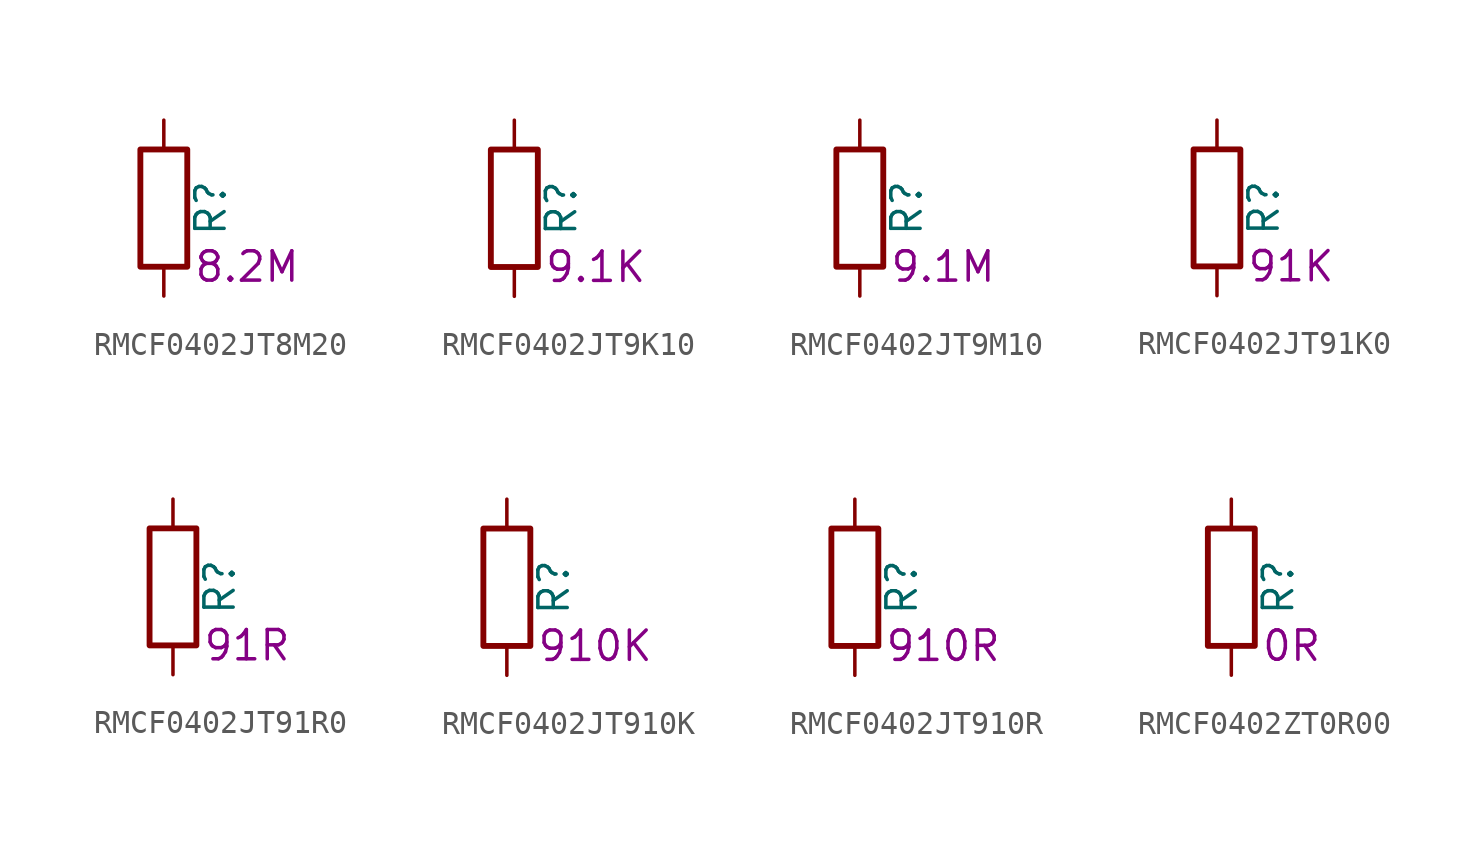
<source format=kicad_sym>
(kicad_symbol_lib
  (version 20220914)
  (generator kicad_symbol_editor)
  (symbol "RMCF0402JT8M20"
    (pin_numbers hide)
    (pin_names
      (offset 0))
    (property "Reference" "R"
      (at 2.032 0 90)
      (effects (font (size 1.27 1.27))))
    (property "Resistance" "8.2M"
      (at 1.27 -2.54 0)
      (effects (font (size 1.27 1.27)) (justify left)))
    (symbol "RMCF0402JT8M20_0_1"
      (rectangle (start -1.016 -2.54) (end 1.016 2.54) (stroke (width 0.254) (type default)) (fill (type none))))
    (symbol "RMCF0402JT8M20_1_1"
      (pin passive line (at 0 3.81 270) (length 1.27) (name "~" (effects (font (size 1.27 1.27)))) (number "1" (effects (font (size 1.27 1.27)))))
      (pin passive line (at 0 -3.81 90) (length 1.27) (name "~" (effects (font (size 1.27 1.27)))) (number "2" (effects (font (size 1.27 1.27)))))))
  (symbol "RMCF0402JT9K10"
    (pin_numbers hide)
    (pin_names
      (offset 0))
    (property "Reference" "R"
      (at 2.032 0 90)
      (effects (font (size 1.27 1.27))))
    (property "Resistance" "9.1K"
      (at 1.27 -2.54 0)
      (effects (font (size 1.27 1.27)) (justify left)))
    (symbol "RMCF0402JT9K10_0_1"
      (rectangle (start -1.016 -2.54) (end 1.016 2.54) (stroke (width 0.254) (type default)) (fill (type none))))
    (symbol "RMCF0402JT9K10_1_1"
      (pin passive line (at 0 3.81 270) (length 1.27) (name "~" (effects (font (size 1.27 1.27)))) (number "1" (effects (font (size 1.27 1.27)))))
      (pin passive line (at 0 -3.81 90) (length 1.27) (name "~" (effects (font (size 1.27 1.27)))) (number "2" (effects (font (size 1.27 1.27)))))))
  (symbol "RMCF0402JT9M10"
    (pin_numbers hide)
    (pin_names
      (offset 0))
    (property "Reference" "R"
      (at 2.032 0 90)
      (effects (font (size 1.27 1.27))))
    (property "Resistance" "9.1M"
      (at 1.27 -2.54 0)
      (effects (font (size 1.27 1.27)) (justify left)))
    (symbol "RMCF0402JT9M10_0_1"
      (rectangle (start -1.016 -2.54) (end 1.016 2.54) (stroke (width 0.254) (type default)) (fill (type none))))
    (symbol "RMCF0402JT9M10_1_1"
      (pin passive line (at 0 3.81 270) (length 1.27) (name "~" (effects (font (size 1.27 1.27)))) (number "1" (effects (font (size 1.27 1.27)))))
      (pin passive line (at 0 -3.81 90) (length 1.27) (name "~" (effects (font (size 1.27 1.27)))) (number "2" (effects (font (size 1.27 1.27)))))))
  (symbol "RMCF0402JT91K0"
    (pin_numbers hide)
    (pin_names
      (offset 0))
    (property "Reference" "R"
      (at 2.032 0 90)
      (effects (font (size 1.27 1.27))))
    (property "Resistance" "91K"
      (at 1.27 -2.54 0)
      (effects (font (size 1.27 1.27)) (justify left)))
    (symbol "RMCF0402JT91K0_0_1"
      (rectangle (start -1.016 -2.54) (end 1.016 2.54) (stroke (width 0.254) (type default)) (fill (type none))))
    (symbol "RMCF0402JT91K0_1_1"
      (pin passive line (at 0 3.81 270) (length 1.27) (name "~" (effects (font (size 1.27 1.27)))) (number "1" (effects (font (size 1.27 1.27)))))
      (pin passive line (at 0 -3.81 90) (length 1.27) (name "~" (effects (font (size 1.27 1.27)))) (number "2" (effects (font (size 1.27 1.27)))))))
  (symbol "RMCF0402JT91R0"
    (pin_numbers hide)
    (pin_names
      (offset 0))
    (property "Reference" "R"
      (at 2.032 0 90)
      (effects (font (size 1.27 1.27))))
    (property "Resistance" "91R"
      (at 1.27 -2.54 0)
      (effects (font (size 1.27 1.27)) (justify left)))
    (symbol "RMCF0402JT91R0_0_1"
      (rectangle (start -1.016 -2.54) (end 1.016 2.54) (stroke (width 0.254) (type default)) (fill (type none))))
    (symbol "RMCF0402JT91R0_1_1"
      (pin passive line (at 0 3.81 270) (length 1.27) (name "~" (effects (font (size 1.27 1.27)))) (number "1" (effects (font (size 1.27 1.27)))))
      (pin passive line (at 0 -3.81 90) (length 1.27) (name "~" (effects (font (size 1.27 1.27)))) (number "2" (effects (font (size 1.27 1.27)))))))
  (symbol "RMCF0402JT910K"
    (pin_numbers hide)
    (pin_names
      (offset 0))
    (property "Reference" "R"
      (at 2.032 0 90)
      (effects (font (size 1.27 1.27))))
    (property "Resistance" "910K"
      (at 1.27 -2.54 0)
      (effects (font (size 1.27 1.27)) (justify left)))
    (symbol "RMCF0402JT910K_0_1"
      (rectangle (start -1.016 -2.54) (end 1.016 2.54) (stroke (width 0.254) (type default)) (fill (type none))))
    (symbol "RMCF0402JT910K_1_1"
      (pin passive line (at 0 3.81 270) (length 1.27) (name "~" (effects (font (size 1.27 1.27)))) (number "1" (effects (font (size 1.27 1.27)))))
      (pin passive line (at 0 -3.81 90) (length 1.27) (name "~" (effects (font (size 1.27 1.27)))) (number "2" (effects (font (size 1.27 1.27)))))))
  (symbol "RMCF0402JT910R"
    (pin_numbers hide)
    (pin_names
      (offset 0))
    (property "Reference" "R"
      (at 2.032 0 90)
      (effects (font (size 1.27 1.27))))
    (property "Resistance" "910R"
      (at 1.27 -2.54 0)
      (effects (font (size 1.27 1.27)) (justify left)))
    (symbol "RMCF0402JT910R_0_1"
      (rectangle (start -1.016 -2.54) (end 1.016 2.54) (stroke (width 0.254) (type default)) (fill (type none))))
    (symbol "RMCF0402JT910R_1_1"
      (pin passive line (at 0 3.81 270) (length 1.27) (name "~" (effects (font (size 1.27 1.27)))) (number "1" (effects (font (size 1.27 1.27)))))
      (pin passive line (at 0 -3.81 90) (length 1.27) (name "~" (effects (font (size 1.27 1.27)))) (number "2" (effects (font (size 1.27 1.27)))))))
  (symbol "RMCF0402ZT0R00"
    (pin_numbers hide)
    (pin_names
      (offset 0))
    (property "Reference" "R"
      (at 2.032 0 90)
      (effects (font (size 1.27 1.27))))
    (property "Resistance" "0R"
      (at 1.27 -2.54 0)
      (effects (font (size 1.27 1.27)) (justify left)))
    (symbol "RMCF0402ZT0R00_0_1"
      (rectangle (start -1.016 -2.54) (end 1.016 2.54) (stroke (width 0.254) (type default)) (fill (type none))))
    (symbol "RMCF0402ZT0R00_1_1"
      (pin passive line (at 0 3.81 270) (length 1.27) (name "~" (effects (font (size 1.27 1.27)))) (number "1" (effects (font (size 1.27 1.27)))))
      (pin passive line (at 0 -3.81 90) (length 1.27) (name "~" (effects (font (size 1.27 1.27)))) (number "2" (effects (font (size 1.27 1.27))))))))
</source>
